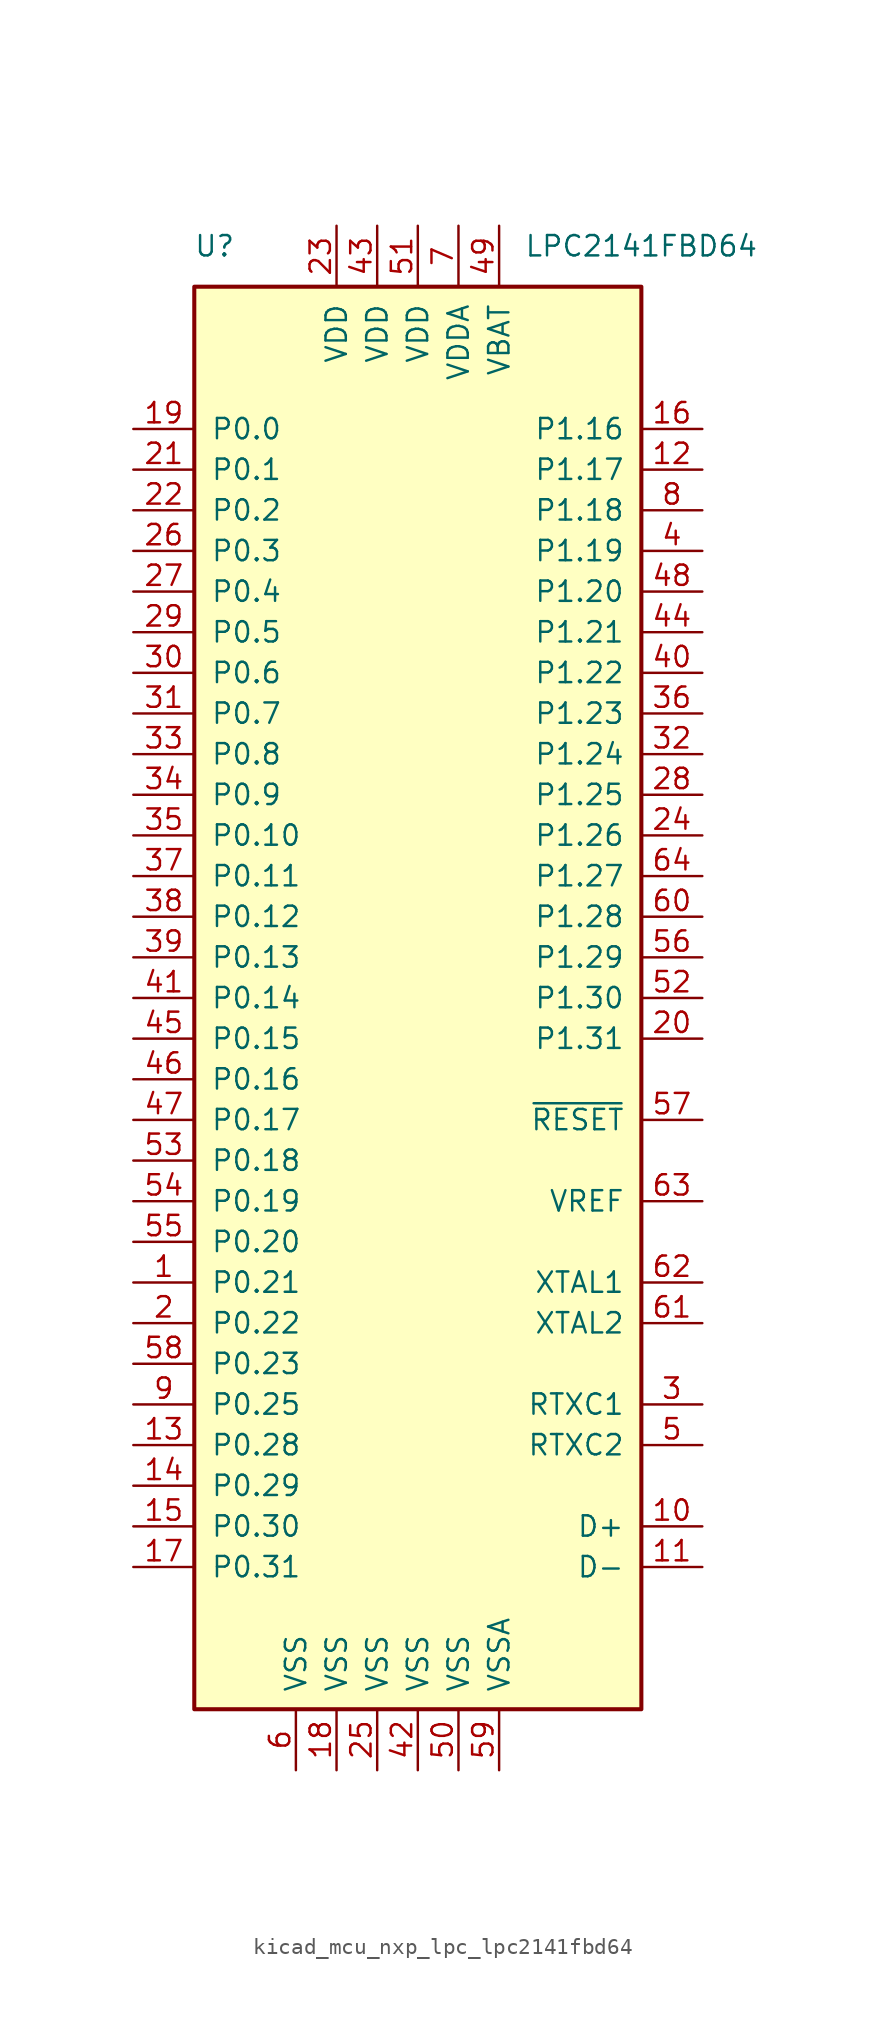
<source format=kicad_sym>
(kicad_symbol_lib
  (version 20220914)
  (generator kicad_symbol_editor)
  (symbol "kicad_mcu_nxp_lpc_lpc2141fbd64"
    (pin_names
      (offset 1.016))
    (property "Reference" "U"
      (at -12.7 46.99 0)
      (effects (font (size 1.27 1.27))))
    (property "Value" "LPC2141FBD64"
      (at 13.97 46.99 0)
      (effects (font (size 1.27 1.27))))
    (symbol "kicad_mcu_nxp_lpc_lpc2141fbd64_0_1"
      (rectangle (start 13.97 44.45) (end -13.97 -44.45) (stroke (width 0.254) (type default)) (fill (type background))))
    (symbol "kicad_mcu_nxp_lpc_lpc2141fbd64_1_1"
      (pin bidirectional line (at -17.78 -17.78 0) (length 3.81) (name "P0.21" (effects (font (size 1.27 1.27)))) (number "1" (effects (font (size 1.27 1.27)))))
      (pin bidirectional line (at 17.78 -33.02 180) (length 3.81) (name "D+" (effects (font (size 1.27 1.27)))) (number "10" (effects (font (size 1.27 1.27)))))
      (pin bidirectional line (at 17.78 -35.56 180) (length 3.81) (name "D-" (effects (font (size 1.27 1.27)))) (number "11" (effects (font (size 1.27 1.27)))))
      (pin bidirectional line (at 17.78 33.02 180) (length 3.81) (name "P1.17" (effects (font (size 1.27 1.27)))) (number "12" (effects (font (size 1.27 1.27)))))
      (pin bidirectional line (at -17.78 -27.94 0) (length 3.81) (name "P0.28" (effects (font (size 1.27 1.27)))) (number "13" (effects (font (size 1.27 1.27)))))
      (pin bidirectional line (at -17.78 -30.48 0) (length 3.81) (name "P0.29" (effects (font (size 1.27 1.27)))) (number "14" (effects (font (size 1.27 1.27)))))
      (pin bidirectional line (at -17.78 -33.02 0) (length 3.81) (name "P0.30" (effects (font (size 1.27 1.27)))) (number "15" (effects (font (size 1.27 1.27)))))
      (pin bidirectional line (at 17.78 35.56 180) (length 3.81) (name "P1.16" (effects (font (size 1.27 1.27)))) (number "16" (effects (font (size 1.27 1.27)))))
      (pin output line (at -17.78 -35.56 0) (length 3.81) (name "P0.31" (effects (font (size 1.27 1.27)))) (number "17" (effects (font (size 1.27 1.27)))))
      (pin power_in line (at -5.08 -48.26 90) (length 3.81) (name "VSS" (effects (font (size 1.27 1.27)))) (number "18" (effects (font (size 1.27 1.27)))))
      (pin bidirectional line (at -17.78 35.56 0) (length 3.81) (name "P0.0" (effects (font (size 1.27 1.27)))) (number "19" (effects (font (size 1.27 1.27)))))
      (pin bidirectional line (at -17.78 -20.32 0) (length 3.81) (name "P0.22" (effects (font (size 1.27 1.27)))) (number "2" (effects (font (size 1.27 1.27)))))
      (pin bidirectional line (at 17.78 -2.54 180) (length 3.81) (name "P1.31" (effects (font (size 1.27 1.27)))) (number "20" (effects (font (size 1.27 1.27)))))
      (pin bidirectional line (at -17.78 33.02 0) (length 3.81) (name "P0.1" (effects (font (size 1.27 1.27)))) (number "21" (effects (font (size 1.27 1.27)))))
      (pin bidirectional line (at -17.78 30.48 0) (length 3.81) (name "P0.2" (effects (font (size 1.27 1.27)))) (number "22" (effects (font (size 1.27 1.27)))))
      (pin power_in line (at -5.08 48.26 270) (length 3.81) (name "VDD" (effects (font (size 1.27 1.27)))) (number "23" (effects (font (size 1.27 1.27)))))
      (pin bidirectional line (at 17.78 10.16 180) (length 3.81) (name "P1.26" (effects (font (size 1.27 1.27)))) (number "24" (effects (font (size 1.27 1.27)))))
      (pin power_in line (at -2.54 -48.26 90) (length 3.81) (name "VSS" (effects (font (size 1.27 1.27)))) (number "25" (effects (font (size 1.27 1.27)))))
      (pin bidirectional line (at -17.78 27.94 0) (length 3.81) (name "P0.3" (effects (font (size 1.27 1.27)))) (number "26" (effects (font (size 1.27 1.27)))))
      (pin bidirectional line (at -17.78 25.4 0) (length 3.81) (name "P0.4" (effects (font (size 1.27 1.27)))) (number "27" (effects (font (size 1.27 1.27)))))
      (pin bidirectional line (at 17.78 12.7 180) (length 3.81) (name "P1.25" (effects (font (size 1.27 1.27)))) (number "28" (effects (font (size 1.27 1.27)))))
      (pin bidirectional line (at -17.78 22.86 0) (length 3.81) (name "P0.5" (effects (font (size 1.27 1.27)))) (number "29" (effects (font (size 1.27 1.27)))))
      (pin input line (at 17.78 -25.4 180) (length 3.81) (name "RTXC1" (effects (font (size 1.27 1.27)))) (number "3" (effects (font (size 1.27 1.27)))))
      (pin bidirectional line (at -17.78 20.32 0) (length 3.81) (name "P0.6" (effects (font (size 1.27 1.27)))) (number "30" (effects (font (size 1.27 1.27)))))
      (pin bidirectional line (at -17.78 17.78 0) (length 3.81) (name "P0.7" (effects (font (size 1.27 1.27)))) (number "31" (effects (font (size 1.27 1.27)))))
      (pin bidirectional line (at 17.78 15.24 180) (length 3.81) (name "P1.24" (effects (font (size 1.27 1.27)))) (number "32" (effects (font (size 1.27 1.27)))))
      (pin bidirectional line (at -17.78 15.24 0) (length 3.81) (name "P0.8" (effects (font (size 1.27 1.27)))) (number "33" (effects (font (size 1.27 1.27)))))
      (pin bidirectional line (at -17.78 12.7 0) (length 3.81) (name "P0.9" (effects (font (size 1.27 1.27)))) (number "34" (effects (font (size 1.27 1.27)))))
      (pin bidirectional line (at -17.78 10.16 0) (length 3.81) (name "P0.10" (effects (font (size 1.27 1.27)))) (number "35" (effects (font (size 1.27 1.27)))))
      (pin bidirectional line (at 17.78 17.78 180) (length 3.81) (name "P1.23" (effects (font (size 1.27 1.27)))) (number "36" (effects (font (size 1.27 1.27)))))
      (pin bidirectional line (at -17.78 7.62 0) (length 3.81) (name "P0.11" (effects (font (size 1.27 1.27)))) (number "37" (effects (font (size 1.27 1.27)))))
      (pin bidirectional line (at -17.78 5.08 0) (length 3.81) (name "P0.12" (effects (font (size 1.27 1.27)))) (number "38" (effects (font (size 1.27 1.27)))))
      (pin bidirectional line (at -17.78 2.54 0) (length 3.81) (name "P0.13" (effects (font (size 1.27 1.27)))) (number "39" (effects (font (size 1.27 1.27)))))
      (pin bidirectional line (at 17.78 27.94 180) (length 3.81) (name "P1.19" (effects (font (size 1.27 1.27)))) (number "4" (effects (font (size 1.27 1.27)))))
      (pin bidirectional line (at 17.78 20.32 180) (length 3.81) (name "P1.22" (effects (font (size 1.27 1.27)))) (number "40" (effects (font (size 1.27 1.27)))))
      (pin bidirectional line (at -17.78 0 0) (length 3.81) (name "P0.14" (effects (font (size 1.27 1.27)))) (number "41" (effects (font (size 1.27 1.27)))))
      (pin power_in line (at 0 -48.26 90) (length 3.81) (name "VSS" (effects (font (size 1.27 1.27)))) (number "42" (effects (font (size 1.27 1.27)))))
      (pin power_in line (at -2.54 48.26 270) (length 3.81) (name "VDD" (effects (font (size 1.27 1.27)))) (number "43" (effects (font (size 1.27 1.27)))))
      (pin bidirectional line (at 17.78 22.86 180) (length 3.81) (name "P1.21" (effects (font (size 1.27 1.27)))) (number "44" (effects (font (size 1.27 1.27)))))
      (pin bidirectional line (at -17.78 -2.54 0) (length 3.81) (name "P0.15" (effects (font (size 1.27 1.27)))) (number "45" (effects (font (size 1.27 1.27)))))
      (pin bidirectional line (at -17.78 -5.08 0) (length 3.81) (name "P0.16" (effects (font (size 1.27 1.27)))) (number "46" (effects (font (size 1.27 1.27)))))
      (pin bidirectional line (at -17.78 -7.62 0) (length 3.81) (name "P0.17" (effects (font (size 1.27 1.27)))) (number "47" (effects (font (size 1.27 1.27)))))
      (pin bidirectional line (at 17.78 25.4 180) (length 3.81) (name "P1.20" (effects (font (size 1.27 1.27)))) (number "48" (effects (font (size 1.27 1.27)))))
      (pin power_in line (at 5.08 48.26 270) (length 3.81) (name "VBAT" (effects (font (size 1.27 1.27)))) (number "49" (effects (font (size 1.27 1.27)))))
      (pin output line (at 17.78 -27.94 180) (length 3.81) (name "RTXC2" (effects (font (size 1.27 1.27)))) (number "5" (effects (font (size 1.27 1.27)))))
      (pin power_in line (at 2.54 -48.26 90) (length 3.81) (name "VSS" (effects (font (size 1.27 1.27)))) (number "50" (effects (font (size 1.27 1.27)))))
      (pin power_in line (at 0 48.26 270) (length 3.81) (name "VDD" (effects (font (size 1.27 1.27)))) (number "51" (effects (font (size 1.27 1.27)))))
      (pin bidirectional line (at 17.78 0 180) (length 3.81) (name "P1.30" (effects (font (size 1.27 1.27)))) (number "52" (effects (font (size 1.27 1.27)))))
      (pin bidirectional line (at -17.78 -10.16 0) (length 3.81) (name "P0.18" (effects (font (size 1.27 1.27)))) (number "53" (effects (font (size 1.27 1.27)))))
      (pin bidirectional line (at -17.78 -12.7 0) (length 3.81) (name "P0.19" (effects (font (size 1.27 1.27)))) (number "54" (effects (font (size 1.27 1.27)))))
      (pin bidirectional line (at -17.78 -15.24 0) (length 3.81) (name "P0.20" (effects (font (size 1.27 1.27)))) (number "55" (effects (font (size 1.27 1.27)))))
      (pin bidirectional line (at 17.78 2.54 180) (length 3.81) (name "P1.29" (effects (font (size 1.27 1.27)))) (number "56" (effects (font (size 1.27 1.27)))))
      (pin input line (at 17.78 -7.62 180) (length 3.81) (name "~{RESET}" (effects (font (size 1.27 1.27)))) (number "57" (effects (font (size 1.27 1.27)))))
      (pin bidirectional line (at -17.78 -22.86 0) (length 3.81) (name "P0.23" (effects (font (size 1.27 1.27)))) (number "58" (effects (font (size 1.27 1.27)))))
      (pin power_in line (at 5.08 -48.26 90) (length 3.81) (name "VSSA" (effects (font (size 1.27 1.27)))) (number "59" (effects (font (size 1.27 1.27)))))
      (pin power_in line (at -7.62 -48.26 90) (length 3.81) (name "VSS" (effects (font (size 1.27 1.27)))) (number "6" (effects (font (size 1.27 1.27)))))
      (pin bidirectional line (at 17.78 5.08 180) (length 3.81) (name "P1.28" (effects (font (size 1.27 1.27)))) (number "60" (effects (font (size 1.27 1.27)))))
      (pin output line (at 17.78 -20.32 180) (length 3.81) (name "XTAL2" (effects (font (size 1.27 1.27)))) (number "61" (effects (font (size 1.27 1.27)))))
      (pin input line (at 17.78 -17.78 180) (length 3.81) (name "XTAL1" (effects (font (size 1.27 1.27)))) (number "62" (effects (font (size 1.27 1.27)))))
      (pin input line (at 17.78 -12.7 180) (length 3.81) (name "VREF" (effects (font (size 1.27 1.27)))) (number "63" (effects (font (size 1.27 1.27)))))
      (pin bidirectional line (at 17.78 7.62 180) (length 3.81) (name "P1.27" (effects (font (size 1.27 1.27)))) (number "64" (effects (font (size 1.27 1.27)))))
      (pin power_in line (at 2.54 48.26 270) (length 3.81) (name "VDDA" (effects (font (size 1.27 1.27)))) (number "7" (effects (font (size 1.27 1.27)))))
      (pin bidirectional line (at 17.78 30.48 180) (length 3.81) (name "P1.18" (effects (font (size 1.27 1.27)))) (number "8" (effects (font (size 1.27 1.27)))))
      (pin bidirectional line (at -17.78 -25.4 0) (length 3.81) (name "P0.25" (effects (font (size 1.27 1.27)))) (number "9" (effects (font (size 1.27 1.27))))))))
</source>
